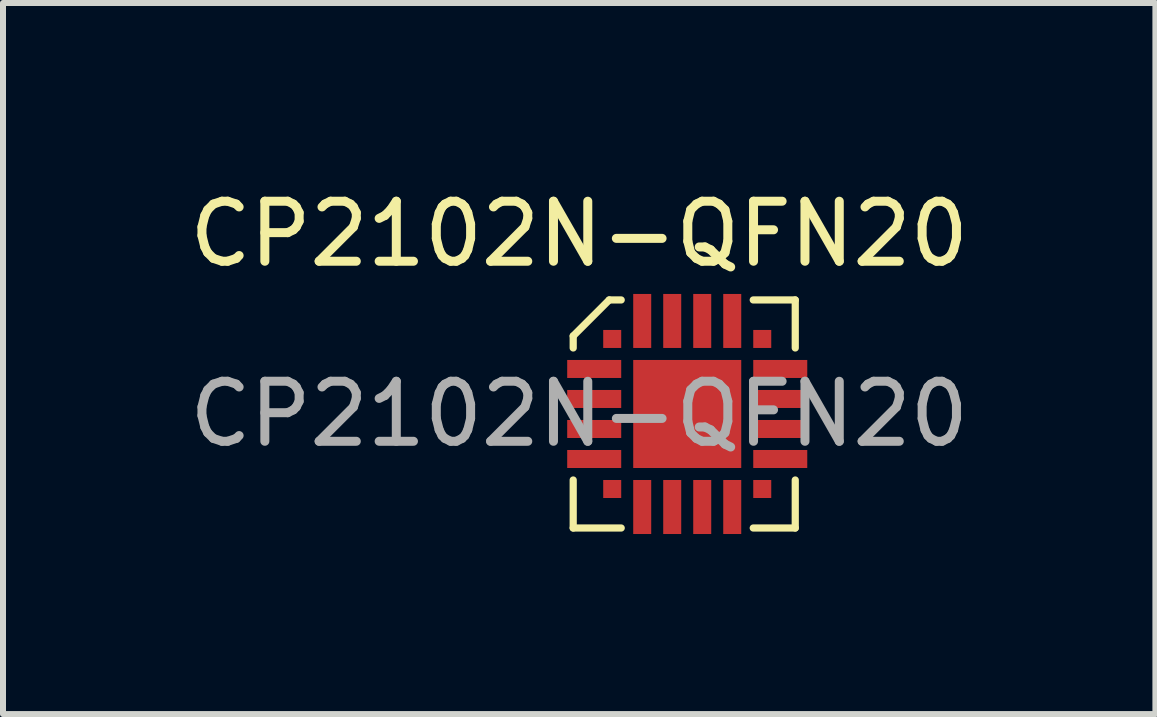
<source format=kicad_pcb>
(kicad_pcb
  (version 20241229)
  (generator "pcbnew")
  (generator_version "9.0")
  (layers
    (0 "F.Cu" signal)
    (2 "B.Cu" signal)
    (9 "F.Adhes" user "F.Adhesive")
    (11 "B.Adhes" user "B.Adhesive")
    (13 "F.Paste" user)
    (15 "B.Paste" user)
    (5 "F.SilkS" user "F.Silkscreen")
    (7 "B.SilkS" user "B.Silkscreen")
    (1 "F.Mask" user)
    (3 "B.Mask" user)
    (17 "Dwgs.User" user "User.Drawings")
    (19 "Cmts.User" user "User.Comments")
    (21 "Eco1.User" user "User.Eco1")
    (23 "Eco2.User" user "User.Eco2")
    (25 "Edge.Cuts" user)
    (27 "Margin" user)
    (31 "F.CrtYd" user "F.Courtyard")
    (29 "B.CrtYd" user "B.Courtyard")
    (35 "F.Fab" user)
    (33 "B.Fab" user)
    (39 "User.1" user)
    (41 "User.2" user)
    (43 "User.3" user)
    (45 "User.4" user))
  (footprint "CP2102N-QFN20"
    (layer "F.Cu")
    (at 8.401 3.848)
    (property "Reference" "CP2102N-QFN20" (at -1.8 -3 0) (unlocked yes) (layer "F.SilkS") (effects (font (size 1 1) (thickness 0.15))))
    (attr smd)
    (fp_line (start -1.9 -1.3) (end -1.3 -1.9) (stroke (width 0.12) (type default)) (layer "F.SilkS"))
    (fp_line (start -1.9 -1.1) (end -1.9 -1.3) (stroke (width 0.12) (type default)) (layer "F.SilkS"))
    (fp_line (start -1.9 1.9) (end -1.9 1.1) (stroke (width 0.12) (type default)) (layer "F.SilkS"))
    (fp_line (start -1.3 -1.9) (end -1.1 -1.9) (stroke (width 0.12) (type default)) (layer "F.SilkS"))
    (fp_line (start -1.1 1.9) (end -1.9 1.9) (stroke (width 0.12) (type default)) (layer "F.SilkS"))
    (fp_line (start 1.1 -1.9) (end 1.8 -1.9) (stroke (width 0.12) (type default)) (layer "F.SilkS"))
    (fp_line (start 1.8 -1.9) (end 1.8 -1.1) (stroke (width 0.12) (type default)) (layer "F.SilkS"))
    (fp_line (start 1.8 1.1) (end 1.8 1.9) (stroke (width 0.12) (type default)) (layer "F.SilkS"))
    (fp_line (start 1.8 1.9) (end 1.1 1.9) (stroke (width 0.12) (type default)) (layer "F.SilkS"))
    (fp_text user "${REFERENCE}" (at -1.8 0 0) (unlocked yes) (layer "F.Fab") (effects (font (size 1 1) (thickness 0.15))))
    (pad "" smd rect (at 0 0 90) (size 1.8 1.8) (layers "F.Cu" "F.Mask" "F.Paste"))
    (pad "1" smd rect (at -1.25 -1.25 90) (size 0.3 0.3) (layers "F.Cu" "F.Mask" "F.Paste"))
    (pad "2" smd rect (at -1.55 -0.75) (size 0.9 0.3) (layers "F.Cu" "F.Mask" "F.Paste"))
    (pad "3" smd rect (at -1.55 -0.25) (size 0.9 0.3) (layers "F.Cu" "F.Mask" "F.Paste"))
    (pad "4" smd rect (at -1.55 0.25) (size 0.9 0.3) (layers "F.Cu" "F.Mask" "F.Paste"))
    (pad "5" smd rect (at -1.55 0.75) (size 0.9 0.3) (layers "F.Cu" "F.Mask" "F.Paste"))
    (pad "6" smd rect (at -1.25 1.25 90) (size 0.3 0.3) (layers "F.Cu" "F.Mask" "F.Paste"))
    (pad "7" smd rect (at -0.75 1.55 90) (size 0.9 0.3) (layers "F.Cu" "F.Mask" "F.Paste"))
    (pad "8" smd rect (at -0.25 1.55 90) (size 0.9 0.3) (layers "F.Cu" "F.Mask" "F.Paste"))
    (pad "9" smd rect (at 0.25 1.55 90) (size 0.9 0.3) (layers "F.Cu" "F.Mask" "F.Paste"))
    (pad "10" smd rect (at 0.75 1.55 90) (size 0.9 0.3) (layers "F.Cu" "F.Mask" "F.Paste"))
    (pad "11" smd rect (at 1.25 1.25 90) (size 0.3 0.3) (layers "F.Cu" "F.Mask" "F.Paste"))
    (pad "12" smd rect (at 1.55 0.75) (size 0.9 0.3) (layers "F.Cu" "F.Mask" "F.Paste"))
    (pad "13" smd rect (at 1.55 0.25) (size 0.9 0.3) (layers "F.Cu" "F.Mask" "F.Paste"))
    (pad "14" smd rect (at 1.55 -0.25) (size 0.9 0.3) (layers "F.Cu" "F.Mask" "F.Paste"))
    (pad "15" smd rect (at 1.55 -0.75) (size 0.9 0.3) (layers "F.Cu" "F.Mask" "F.Paste"))
    (pad "16" smd rect (at 1.25 -1.25 90) (size 0.3 0.3) (layers "F.Cu" "F.Mask" "F.Paste"))
    (pad "17" smd rect (at 0.75 -1.55 90) (size 0.9 0.3) (layers "F.Cu" "F.Mask" "F.Paste"))
    (pad "18" smd rect (at 0.25 -1.55 90) (size 0.9 0.3) (layers "F.Cu" "F.Mask" "F.Paste"))
    (pad "19" smd rect (at -0.25 -1.55 90) (size 0.9 0.3) (layers "F.Cu" "F.Mask" "F.Paste"))
    (pad "20" smd rect (at -0.75 -1.55 90) (size 0.9 0.3) (layers "F.Cu" "F.Mask" "F.Paste")))
  (gr_rect
    (start -3 -3)
    (end 16.202 8.848)
    (stroke (width 0.1) (type default))
    (fill no)
    (layer "Edge.Cuts")))
</source>
